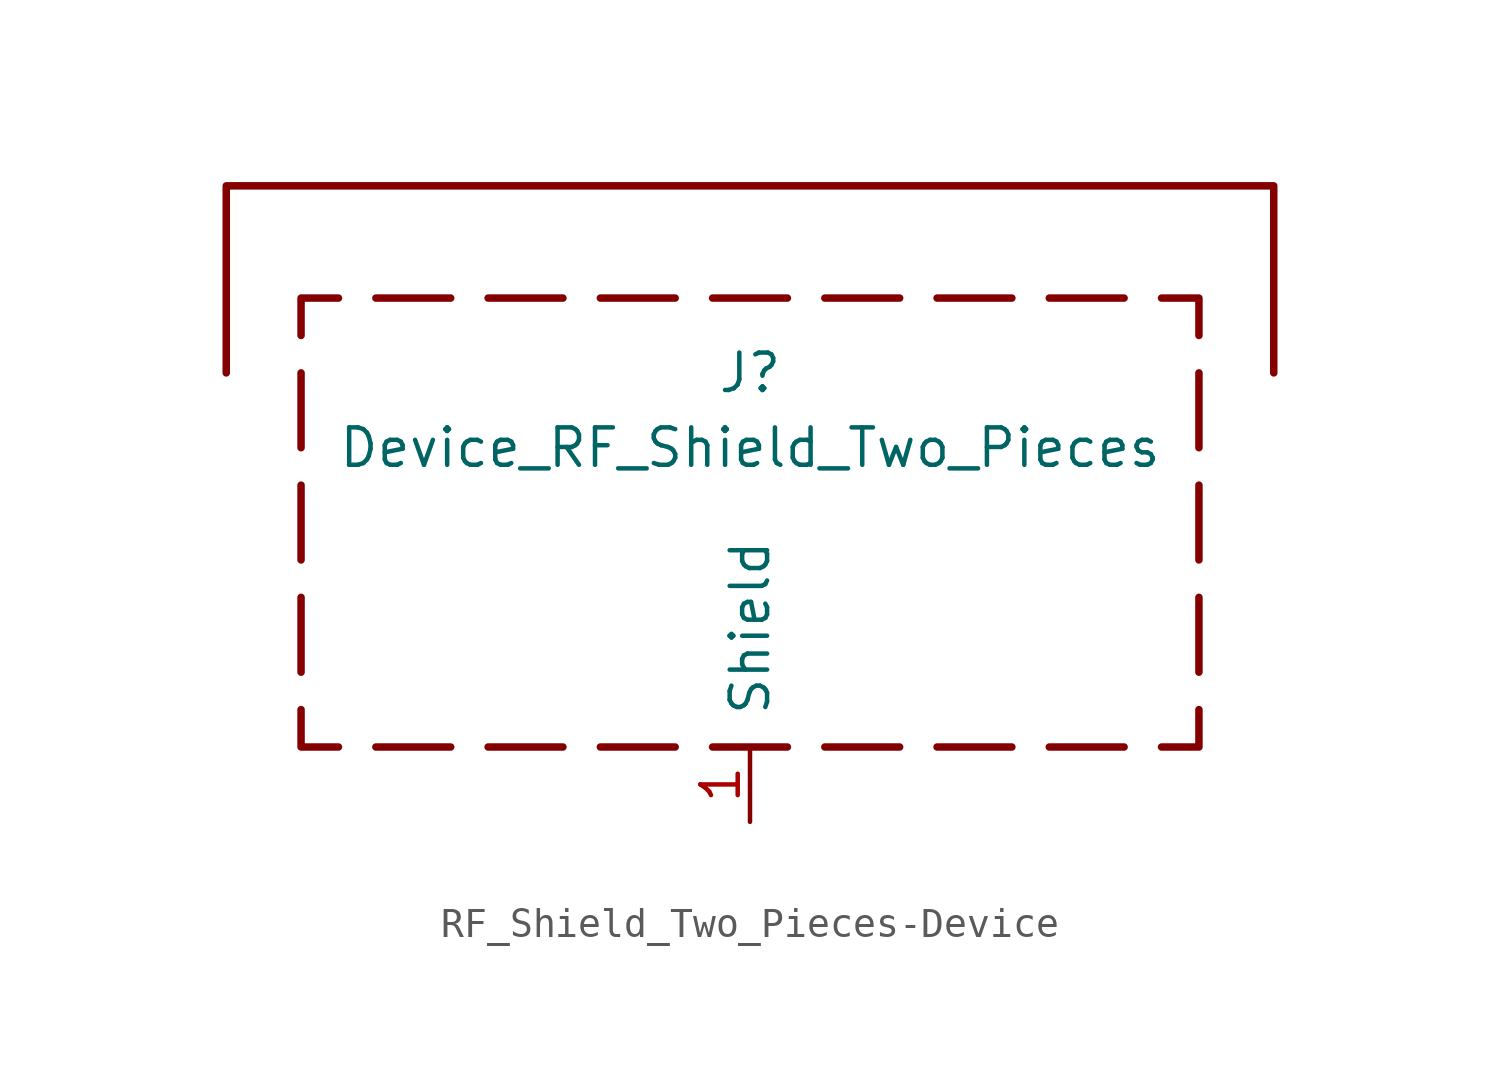
<source format=kicad_sym>
(kicad_symbol_lib
  (version 20220914)
  (generator kicad_symbol_editor)
  (symbol "RF_Shield_Two_Pieces-Device"
    (pin_names
      (offset 1.016))
    (property "Reference" "J"
      (at 0 5.08 0)
      (effects (font (size 1.27 1.27))))
    (property "Value" "Device_RF_Shield_Two_Pieces"
      (at 0 2.54 0)
      (effects (font (size 1.27 1.27))))
    (symbol "RF_Shield_Two_Pieces-Device_0_1"
      (polyline (pts (xy -15.24 -5.08) (xy -15.24 -2.54)) (stroke (width 0.254) (type solid)) (fill (type none)))
      (polyline (pts (xy -15.24 -1.27) (xy -15.24 1.27)) (stroke (width 0.254) (type solid)) (fill (type none)))
      (polyline (pts (xy -15.24 2.54) (xy -15.24 5.08)) (stroke (width 0.254) (type solid)) (fill (type none)))
      (polyline (pts (xy -12.7 7.62) (xy -10.16 7.62)) (stroke (width 0.254) (type solid)) (fill (type none)))
      (polyline (pts (xy -10.16 -7.62) (xy -12.7 -7.62)) (stroke (width 0.254) (type solid)) (fill (type none)))
      (polyline (pts (xy -6.35 -7.62) (xy -8.89 -7.62)) (stroke (width 0.254) (type solid)) (fill (type none)))
      (polyline (pts (xy -6.35 7.62) (xy -8.89 7.62)) (stroke (width 0.254) (type solid)) (fill (type none)))
      (polyline (pts (xy -2.54 -7.62) (xy -5.08 -7.62)) (stroke (width 0.254) (type solid)) (fill (type none)))
      (polyline (pts (xy -2.54 7.62) (xy -5.08 7.62)) (stroke (width 0.254) (type solid)) (fill (type none)))
      (polyline (pts (xy -1.27 -7.62) (xy 1.27 -7.62)) (stroke (width 0.254) (type solid)) (fill (type none)))
      (polyline (pts (xy 1.27 7.62) (xy -1.27 7.62)) (stroke (width 0.254) (type solid)) (fill (type none)))
      (polyline (pts (xy 2.54 -7.62) (xy 5.08 -7.62)) (stroke (width 0.254) (type solid)) (fill (type none)))
      (polyline (pts (xy 5.08 7.62) (xy 2.54 7.62)) (stroke (width 0.254) (type solid)) (fill (type none)))
      (polyline (pts (xy 6.35 -7.62) (xy 8.89 -7.62)) (stroke (width 0.254) (type solid)) (fill (type none)))
      (polyline (pts (xy 8.89 7.62) (xy 6.35 7.62)) (stroke (width 0.254) (type solid)) (fill (type none)))
      (polyline (pts (xy 10.16 -7.62) (xy 12.7 -7.62)) (stroke (width 0.254) (type solid)) (fill (type none)))
      (polyline (pts (xy 12.7 7.62) (xy 10.16 7.62)) (stroke (width 0.254) (type solid)) (fill (type none)))
      (polyline (pts (xy 15.24 -5.08) (xy 15.24 -2.54)) (stroke (width 0.254) (type solid)) (fill (type none)))
      (polyline (pts (xy 15.24 -1.27) (xy 15.24 1.27)) (stroke (width 0.254) (type solid)) (fill (type none)))
      (polyline (pts (xy 15.24 2.54) (xy 15.24 5.08)) (stroke (width 0.254) (type solid)) (fill (type none)))
      (polyline (pts (xy -15.24 6.35) (xy -15.24 7.62) (xy -13.97 7.62)) (stroke (width 0.254) (type solid)) (fill (type none)))
      (polyline (pts (xy -13.97 -7.62) (xy -15.24 -7.62) (xy -15.24 -6.35)) (stroke (width 0.254) (type solid)) (fill (type none)))
      (polyline (pts (xy 13.97 -7.62) (xy 15.24 -7.62) (xy 15.24 -6.35)) (stroke (width 0.254) (type solid)) (fill (type none)))
      (polyline (pts (xy 15.24 6.35) (xy 15.24 7.62) (xy 13.97 7.62)) (stroke (width 0.254) (type solid)) (fill (type none)))
      (polyline (pts (xy -17.78 5.08) (xy -17.78 11.43) (xy 17.78 11.43) (xy 17.78 5.08)) (stroke (width 0.254) (type solid)) (fill (type none))))
    (symbol "RF_Shield_Two_Pieces-Device_1_1"
      (pin passive line (at 0 -10.16 90) (length 2.54) (name "Shield" (effects (font (size 1.27 1.27)))) (number "1" (effects (font (size 1.27 1.27))))))))
</source>
